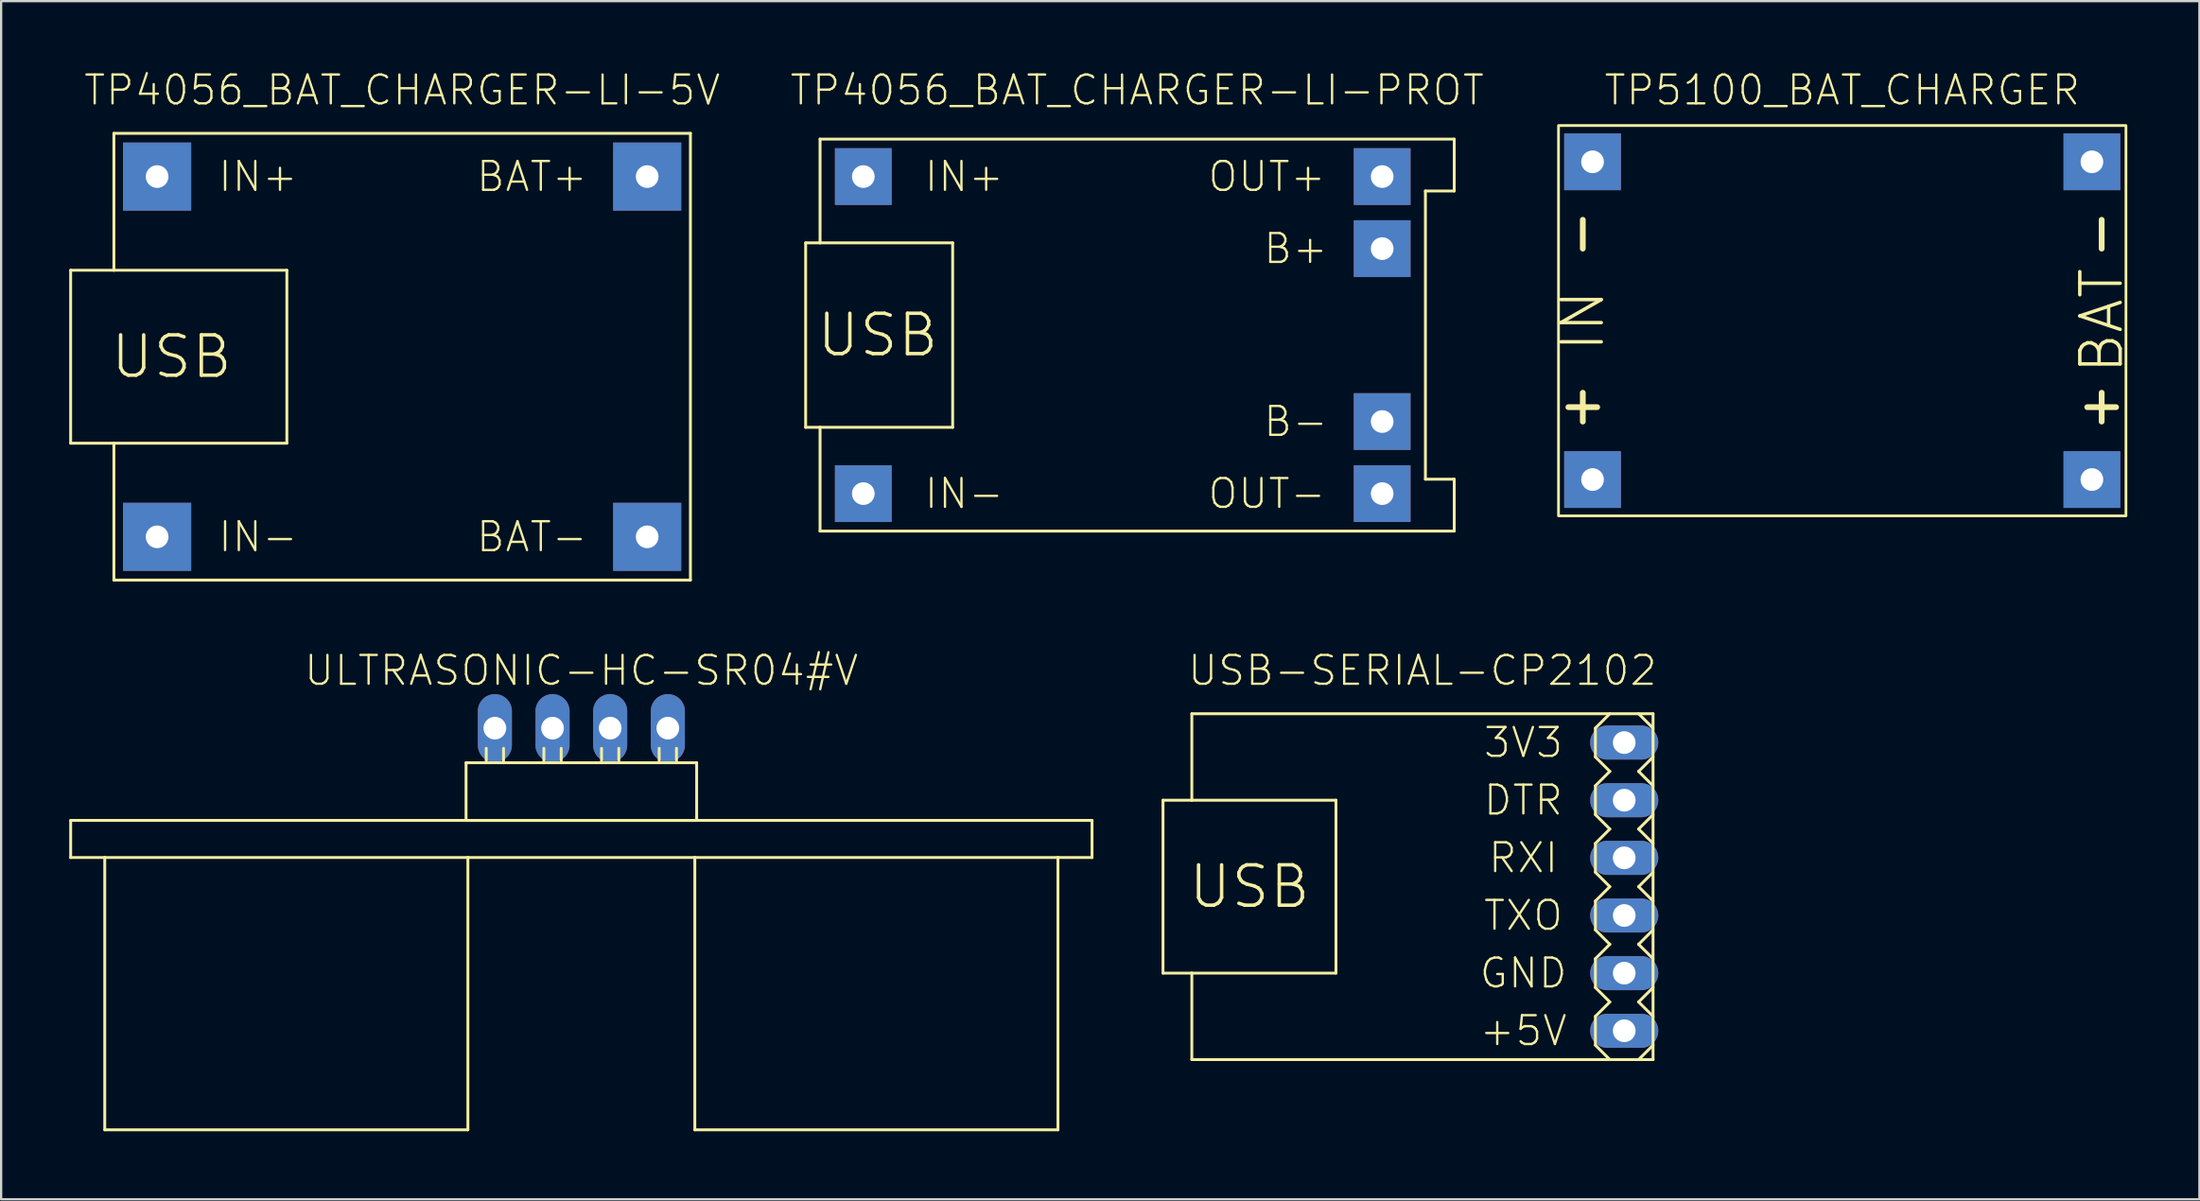
<source format=kicad_pcb>
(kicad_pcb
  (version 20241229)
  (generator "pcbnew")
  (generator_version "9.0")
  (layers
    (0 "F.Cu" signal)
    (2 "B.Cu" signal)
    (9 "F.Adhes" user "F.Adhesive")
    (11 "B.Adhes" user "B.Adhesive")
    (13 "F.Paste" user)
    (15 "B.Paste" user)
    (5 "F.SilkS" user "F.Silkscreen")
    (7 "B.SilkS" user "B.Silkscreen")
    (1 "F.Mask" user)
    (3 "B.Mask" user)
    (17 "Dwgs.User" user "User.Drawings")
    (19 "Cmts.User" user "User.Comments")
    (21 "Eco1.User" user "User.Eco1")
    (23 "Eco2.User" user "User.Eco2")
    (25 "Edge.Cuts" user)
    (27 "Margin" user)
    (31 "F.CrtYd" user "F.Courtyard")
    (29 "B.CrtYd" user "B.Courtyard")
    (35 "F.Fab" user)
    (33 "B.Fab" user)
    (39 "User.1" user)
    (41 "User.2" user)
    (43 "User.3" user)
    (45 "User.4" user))
  (footprint "ULTRASONIC-HC-SR04#V"
    (layer "F.Cu")
    (at 22.563 29.036)
    (property "Reference" "ULTRASONIC-HC-SR04#V" (at 0 -2.54 0) (layer "F.SilkS") (effects (font (size 1.27 1.27) (thickness 0.102))))
    (attr exclude_from_pos_files exclude_from_bom)
    (fp_line (start -22.499 4.064) (end 22.499 4.064) (stroke (width 0.127) (type solid)) (layer "F.SilkS"))
    (fp_line (start -22.499 5.7) (end -22.499 4.064) (stroke (width 0.127) (type solid)) (layer "F.SilkS"))
    (fp_line (start -20.998 5.7) (end -22.499 5.7) (stroke (width 0.127) (type solid)) (layer "F.SilkS"))
    (fp_line (start -20.998 5.7) (end -20.998 17.699) (stroke (width 0.127) (type solid)) (layer "F.SilkS"))
    (fp_line (start -20.998 17.699) (end -4.999 17.699) (stroke (width 0.127) (type solid)) (layer "F.SilkS"))
    (fp_line (start -5.08 1.524) (end -4.191 1.524) (stroke (width 0.127) (type solid)) (layer "F.SilkS"))
    (fp_line (start -5.08 4.064) (end -5.08 1.524) (stroke (width 0.127) (type solid)) (layer "F.SilkS"))
    (fp_line (start -5.08 4.064) (end 5.08 4.064) (stroke (width 0.127) (type solid)) (layer "F.SilkS"))
    (fp_line (start -4.999 5.7) (end -20.998 5.7) (stroke (width 0.127) (type solid)) (layer "F.SilkS"))
    (fp_line (start -4.999 17.699) (end -4.999 5.7) (stroke (width 0.127) (type solid)) (layer "F.SilkS"))
    (fp_line (start -4.191 1.524) (end -4.191 0.889) (stroke (width 0.127) (type solid)) (layer "F.SilkS"))
    (fp_line (start -4.191 1.524) (end -3.429 1.524) (stroke (width 0.127) (type solid)) (layer "F.SilkS"))
    (fp_line (start -3.429 1.524) (end -3.429 0.889) (stroke (width 0.127) (type solid)) (layer "F.SilkS"))
    (fp_line (start -3.429 1.524) (end -1.651 1.524) (stroke (width 0.127) (type solid)) (layer "F.SilkS"))
    (fp_line (start -1.651 1.524) (end -1.651 0.889) (stroke (width 0.127) (type solid)) (layer "F.SilkS"))
    (fp_line (start -1.651 1.524) (end -0.889 1.524) (stroke (width 0.127) (type solid)) (layer "F.SilkS"))
    (fp_line (start -0.889 1.524) (end -0.889 0.889) (stroke (width 0.127) (type solid)) (layer "F.SilkS"))
    (fp_line (start -0.889 1.524) (end 0.889 1.524) (stroke (width 0.127) (type solid)) (layer "F.SilkS"))
    (fp_line (start 0.889 1.524) (end 0.889 0.889) (stroke (width 0.127) (type solid)) (layer "F.SilkS"))
    (fp_line (start 0.889 1.524) (end 1.651 1.524) (stroke (width 0.127) (type solid)) (layer "F.SilkS"))
    (fp_line (start 1.651 1.524) (end 1.651 0.889) (stroke (width 0.127) (type solid)) (layer "F.SilkS"))
    (fp_line (start 1.651 1.524) (end 3.429 1.524) (stroke (width 0.127) (type solid)) (layer "F.SilkS"))
    (fp_line (start 3.429 1.524) (end 3.429 0.889) (stroke (width 0.127) (type solid)) (layer "F.SilkS"))
    (fp_line (start 3.429 1.524) (end 4.191 1.524) (stroke (width 0.127) (type solid)) (layer "F.SilkS"))
    (fp_line (start 4.191 1.524) (end 4.191 0.889) (stroke (width 0.127) (type solid)) (layer "F.SilkS"))
    (fp_line (start 4.191 1.524) (end 5.08 1.524) (stroke (width 0.127) (type solid)) (layer "F.SilkS"))
    (fp_line (start 4.999 5.7) (end -4.999 5.7) (stroke (width 0.127) (type solid)) (layer "F.SilkS"))
    (fp_line (start 4.999 5.7) (end 4.999 17.699) (stroke (width 0.127) (type solid)) (layer "F.SilkS"))
    (fp_line (start 4.999 17.699) (end 20.998 17.699) (stroke (width 0.127) (type solid)) (layer "F.SilkS"))
    (fp_line (start 5.08 1.524) (end 5.08 4.064) (stroke (width 0.127) (type solid)) (layer "F.SilkS"))
    (fp_line (start 20.998 5.7) (end 4.999 5.7) (stroke (width 0.127) (type solid)) (layer "F.SilkS"))
    (fp_line (start 20.998 17.699) (end 20.998 5.7) (stroke (width 0.127) (type solid)) (layer "F.SilkS"))
    (fp_line (start 22.499 4.064) (end 22.499 5.7) (stroke (width 0.127) (type solid)) (layer "F.SilkS"))
    (fp_line (start 22.499 5.7) (end 20.998 5.7) (stroke (width 0.127) (type solid)) (layer "F.SilkS"))
    (pad "1" thru_hole oval (at -3.81 0 180) (size 1.5 3) (drill 1) (layers "*.Cu" "*.Paste" "*.Mask"))
    (pad "2" thru_hole oval (at -1.27 0 180) (size 1.5 3) (drill 1) (layers "*.Cu" "*.Paste" "*.Mask"))
    (pad "3" thru_hole oval (at 1.27 0 180) (size 1.5 3) (drill 1) (layers "*.Cu" "*.Paste" "*.Mask"))
    (pad "4" thru_hole oval (at 3.81 0 180) (size 1.5 3) (drill 1) (layers "*.Cu" "*.Paste" "*.Mask")))
  (footprint "USB-SERIAL-CP2102"
    (layer "F.Cu")
    (at 59.619 36.021)
    (property "Reference" "USB-SERIAL-CP2102" (at 0 -9.525 0) (layer "F.SilkS") (effects (font (size 1.27 1.27) (thickness 0.102))))
    (attr exclude_from_pos_files exclude_from_bom)
    (fp_line (start -11.43 -3.81) (end -11.43 3.81) (stroke (width 0.127) (type solid)) (layer "F.SilkS"))
    (fp_line (start -11.43 3.81) (end -10.16 3.81) (stroke (width 0.127) (type solid)) (layer "F.SilkS"))
    (fp_line (start -10.16 -7.62) (end -10.16 -3.81) (stroke (width 0.127) (type solid)) (layer "F.SilkS"))
    (fp_line (start -10.16 -7.62) (end 10.16 -7.62) (stroke (width 0.127) (type solid)) (layer "F.SilkS"))
    (fp_line (start -10.16 -3.81) (end -11.43 -3.81) (stroke (width 0.127) (type solid)) (layer "F.SilkS"))
    (fp_line (start -10.16 -3.81) (end -3.81 -3.81) (stroke (width 0.127) (type solid)) (layer "F.SilkS"))
    (fp_line (start -10.16 3.81) (end -10.16 7.62) (stroke (width 0.127) (type solid)) (layer "F.SilkS"))
    (fp_line (start -3.81 -3.81) (end -3.81 3.81) (stroke (width 0.127) (type solid)) (layer "F.SilkS"))
    (fp_line (start -3.81 3.81) (end -10.16 3.81) (stroke (width 0.127) (type solid)) (layer "F.SilkS"))
    (fp_line (start 7.62 -6.985) (end 8.255 -7.62) (stroke (width 0.127) (type solid)) (layer "F.SilkS"))
    (fp_line (start 7.62 -5.715) (end 7.62 -6.985) (stroke (width 0.127) (type solid)) (layer "F.SilkS"))
    (fp_line (start 7.62 -4.445) (end 8.255 -5.08) (stroke (width 0.127) (type solid)) (layer "F.SilkS"))
    (fp_line (start 7.62 -3.175) (end 7.62 -4.445) (stroke (width 0.127) (type solid)) (layer "F.SilkS"))
    (fp_line (start 7.62 -1.905) (end 8.255 -2.54) (stroke (width 0.127) (type solid)) (layer "F.SilkS"))
    (fp_line (start 7.62 -0.635) (end 7.62 -1.905) (stroke (width 0.127) (type solid)) (layer "F.SilkS"))
    (fp_line (start 7.62 0.635) (end 8.255 0) (stroke (width 0.127) (type solid)) (layer "F.SilkS"))
    (fp_line (start 7.62 1.905) (end 7.62 0.635) (stroke (width 0.127) (type solid)) (layer "F.SilkS"))
    (fp_line (start 7.62 3.175) (end 7.62 4.445) (stroke (width 0.127) (type solid)) (layer "F.SilkS"))
    (fp_line (start 7.62 4.445) (end 8.255 5.08) (stroke (width 0.127) (type solid)) (layer "F.SilkS"))
    (fp_line (start 7.62 5.715) (end 7.62 6.985) (stroke (width 0.127) (type solid)) (layer "F.SilkS"))
    (fp_line (start 7.62 6.985) (end 8.255 7.62) (stroke (width 0.127) (type solid)) (layer "F.SilkS"))
    (fp_line (start 8.255 -5.08) (end 7.62 -5.715) (stroke (width 0.127) (type solid)) (layer "F.SilkS"))
    (fp_line (start 8.255 -2.54) (end 7.62 -3.175) (stroke (width 0.127) (type solid)) (layer "F.SilkS"))
    (fp_line (start 8.255 0) (end 7.62 -0.635) (stroke (width 0.127) (type solid)) (layer "F.SilkS"))
    (fp_line (start 8.255 2.54) (end 7.62 1.905) (stroke (width 0.127) (type solid)) (layer "F.SilkS"))
    (fp_line (start 8.255 2.54) (end 7.62 3.175) (stroke (width 0.127) (type solid)) (layer "F.SilkS"))
    (fp_line (start 8.255 5.08) (end 7.62 5.715) (stroke (width 0.127) (type solid)) (layer "F.SilkS"))
    (fp_line (start 9.525 -7.62) (end 10.16 -6.985) (stroke (width 0.127) (type solid)) (layer "F.SilkS"))
    (fp_line (start 9.525 -5.08) (end 10.16 -4.445) (stroke (width 0.127) (type solid)) (layer "F.SilkS"))
    (fp_line (start 9.525 -2.54) (end 10.16 -1.905) (stroke (width 0.127) (type solid)) (layer "F.SilkS"))
    (fp_line (start 9.525 0) (end 10.16 0.635) (stroke (width 0.127) (type solid)) (layer "F.SilkS"))
    (fp_line (start 9.525 5.08) (end 10.16 4.445) (stroke (width 0.127) (type solid)) (layer "F.SilkS"))
    (fp_line (start 9.525 7.62) (end 10.16 6.985) (stroke (width 0.127) (type solid)) (layer "F.SilkS"))
    (fp_line (start 10.16 -7.62) (end 10.16 7.62) (stroke (width 0.127) (type solid)) (layer "F.SilkS"))
    (fp_line (start 10.16 -5.715) (end 9.525 -5.08) (stroke (width 0.127) (type solid)) (layer "F.SilkS"))
    (fp_line (start 10.16 -3.175) (end 9.525 -2.54) (stroke (width 0.127) (type solid)) (layer "F.SilkS"))
    (fp_line (start 10.16 -0.635) (end 9.525 0) (stroke (width 0.127) (type solid)) (layer "F.SilkS"))
    (fp_line (start 10.16 1.905) (end 9.525 2.54) (stroke (width 0.127) (type solid)) (layer "F.SilkS"))
    (fp_line (start 10.16 3.175) (end 9.525 2.54) (stroke (width 0.127) (type solid)) (layer "F.SilkS"))
    (fp_line (start 10.16 5.715) (end 9.525 5.08) (stroke (width 0.127) (type solid)) (layer "F.SilkS"))
    (fp_line (start 10.16 7.62) (end -10.16 7.62) (stroke (width 0.127) (type solid)) (layer "F.SilkS"))
    (fp_text user "USB" (at -7.62 0 0) (layer "F.SilkS") (effects (font (size 1.778 1.778) (thickness 0.152))))
    (fp_text user "GND" (at 4.445 3.81 0) (layer "F.SilkS") (effects (font (size 1.27 1.27) (thickness 0.102))))
    (fp_text user "DTR" (at 4.445 -3.81 0) (layer "F.SilkS") (effects (font (size 1.27 1.27) (thickness 0.102))))
    (fp_text user "RXI" (at 4.445 -1.27 0) (layer "F.SilkS") (effects (font (size 1.27 1.27) (thickness 0.102))))
    (fp_text user "TXO" (at 4.445 1.27 0) (layer "F.SilkS") (effects (font (size 1.27 1.27) (thickness 0.102))))
    (fp_text user "+5V" (at 4.445 6.35 0) (layer "F.SilkS") (effects (font (size 1.27 1.27) (thickness 0.102))))
    (fp_text user "3V3" (at 4.445 -6.35 0) (layer "F.SilkS") (effects (font (size 1.27 1.27) (thickness 0.102))))
    (pad "1" thru_hole oval (at 8.89 -6.35) (size 3 1.5) (drill 1) (layers "*.Cu" "*.Mask"))
    (pad "2" thru_hole oval (at 8.89 -3.81) (size 3 1.5) (drill 1) (layers "*.Cu" "*.Mask"))
    (pad "3" thru_hole oval (at 8.89 -1.27) (size 3 1.5) (drill 1) (layers "*.Cu" "*.Mask"))
    (pad "4" thru_hole oval (at 8.89 1.27) (size 3 1.5) (drill 1) (layers "*.Cu" "*.Mask"))
    (pad "5" thru_hole oval (at 8.89 3.81) (size 3 1.5) (drill 1) (layers "*.Cu" "*.Mask"))
    (pad "6" thru_hole oval (at 8.89 6.35) (size 3 1.5) (drill 1) (layers "*.Cu" "*.Mask")))
  (footprint "TP5100_BAT_CHARGER"
    (layer "F.Cu")
    (at 78.114 11.081)
    (property "Reference" "TP5100_BAT_CHARGER" (at 0 -10.16 0) (layer "F.SilkS") (effects (font (size 1.27 1.27) (thickness 0.102))))
    (attr through_hole)
    (fp_line (start -12.065 3.81) (end -10.795 3.81) (stroke (width 0.254) (type solid)) (layer "F.SilkS"))
    (fp_line (start -11.43 -4.445) (end -11.43 -3.175) (stroke (width 0.254) (type solid)) (layer "F.SilkS"))
    (fp_line (start -11.43 4.445) (end -11.43 3.175) (stroke (width 0.254) (type solid)) (layer "F.SilkS"))
    (fp_line (start 10.795 3.81) (end 12.065 3.81) (stroke (width 0.254) (type solid)) (layer "F.SilkS"))
    (fp_line (start 11.43 -4.445) (end 11.43 -3.175) (stroke (width 0.254) (type solid)) (layer "F.SilkS"))
    (fp_line (start 11.43 4.445) (end 11.43 3.175) (stroke (width 0.254) (type solid)) (layer "F.SilkS"))
    (fp_rect (start -12.5 -8.6) (end 12.5 8.6) (stroke (width 0.12) (type solid)) (fill no) (layer "F.SilkS"))
    (fp_text user "BAT" (at 11.43 0 90) (layer "F.SilkS") (effects (font (size 1.778 1.778) (thickness 0.152))))
    (fp_text user "IN" (at -11.43 0 90) (layer "F.SilkS") (effects (font (size 1.778 1.778) (thickness 0.152))))
    (pad "B+" thru_hole rect (at 11 7) (size 2.5 2.5) (drill 1) (layers "*.Cu" "*.Mask"))
    (pad "B-" thru_hole rect (at 11 -7) (size 2.5 2.5) (drill 1) (layers "*.Cu" "*.Mask"))
    (pad "IN+" thru_hole rect (at -11 7) (size 2.5 2.5) (drill 1) (layers "*.Cu" "*.Mask"))
    (pad "IN-" thru_hole rect (at -11 -7) (size 2.5 2.5) (drill 1) (layers "*.Cu" "*.Mask")))
  (footprint "TP4056_BAT_CHARGER-LI-PROT"
    (layer "F.Cu")
    (at 47.05 11.716)
    (property "Reference" "TP4056_BAT_CHARGER-LI-PROT" (at 0 -10.795 0) (layer "F.SilkS") (effects (font (size 1.27 1.27) (thickness 0.102))))
    (attr exclude_from_pos_files exclude_from_bom)
    (fp_line (start -14.605 -4.064) (end -14.605 4.064) (stroke (width 0.127) (type solid)) (layer "F.SilkS"))
    (fp_line (start -14.605 -4.064) (end -13.97 -4.064) (stroke (width 0.127) (type solid)) (layer "F.SilkS"))
    (fp_line (start -14.605 4.064) (end -13.97 4.064) (stroke (width 0.127) (type solid)) (layer "F.SilkS"))
    (fp_line (start -13.97 -8.636) (end -13.97 -4.064) (stroke (width 0.127) (type solid)) (layer "F.SilkS"))
    (fp_line (start -13.97 -8.636) (end 13.97 -8.636) (stroke (width 0.127) (type solid)) (layer "F.SilkS"))
    (fp_line (start -13.97 -4.064) (end -8.128 -4.064) (stroke (width 0.127) (type solid)) (layer "F.SilkS"))
    (fp_line (start -13.97 4.064) (end -8.128 4.064) (stroke (width 0.127) (type solid)) (layer "F.SilkS"))
    (fp_line (start -13.97 8.636) (end -13.97 4.064) (stroke (width 0.127) (type solid)) (layer "F.SilkS"))
    (fp_line (start -8.128 -4.064) (end -8.128 4.064) (stroke (width 0.127) (type solid)) (layer "F.SilkS"))
    (fp_line (start 12.7 -6.35) (end 12.7 6.35) (stroke (width 0.127) (type solid)) (layer "F.SilkS"))
    (fp_line (start 12.7 6.35) (end 13.97 6.35) (stroke (width 0.127) (type solid)) (layer "F.SilkS"))
    (fp_line (start 13.97 -8.636) (end 13.97 -6.35) (stroke (width 0.127) (type solid)) (layer "F.SilkS"))
    (fp_line (start 13.97 -6.35) (end 12.7 -6.35) (stroke (width 0.127) (type solid)) (layer "F.SilkS"))
    (fp_line (start 13.97 6.35) (end 13.97 8.636) (stroke (width 0.127) (type solid)) (layer "F.SilkS"))
    (fp_line (start 13.97 8.636) (end -13.97 8.636) (stroke (width 0.127) (type solid)) (layer "F.SilkS"))
    (fp_text user "IN+" (at -7.62 -6.985 0) (layer "F.SilkS") (effects (font (size 1.27 1.27) (thickness 0.102))))
    (fp_text user "B+" (at 6.985 -3.81 0) (layer "F.SilkS") (effects (font (size 1.27 1.27) (thickness 0.102))))
    (fp_text user "OUT+" (at 5.715 -6.985 0) (layer "F.SilkS") (effects (font (size 1.27 1.27) (thickness 0.102))))
    (fp_text user "B-" (at 6.985 3.81 0) (layer "F.SilkS") (effects (font (size 1.27 1.27) (thickness 0.102))))
    (fp_text user "IN-" (at -7.62 6.985 0) (layer "F.SilkS") (effects (font (size 1.27 1.27) (thickness 0.102))))
    (fp_text user "OUT-" (at 5.715 6.985 0) (layer "F.SilkS") (effects (font (size 1.27 1.27) (thickness 0.102))))
    (fp_text user "USB" (at -11.43 0 0) (layer "F.SilkS") (effects (font (size 1.778 1.778) (thickness 0.152))))
    (pad "B+" thru_hole rect (at 10.795 -3.81) (size 2.5 2.5) (drill 1) (layers "*.Cu" "*.Paste" "*.Mask"))
    (pad "B-" thru_hole rect (at 10.795 3.81) (size 2.5 2.5) (drill 1) (layers "*.Cu" "*.Paste" "*.Mask"))
    (pad "IN+" thru_hole rect (at -12.065 -6.985) (size 2.5 2.5) (drill 1) (layers "*.Cu" "*.Paste" "*.Mask"))
    (pad "IN-" thru_hole rect (at -12.065 6.985) (size 2.5 2.5) (drill 1) (layers "*.Cu" "*.Paste" "*.Mask"))
    (pad "OUT+" thru_hole rect (at 10.795 -6.985) (size 2.5 2.5) (drill 1) (layers "*.Cu" "*.Paste" "*.Mask"))
    (pad "OUT-" thru_hole rect (at 10.795 6.985) (size 2.5 2.5) (drill 1) (layers "*.Cu" "*.Paste" "*.Mask")))
  (footprint "TP4056_BAT_CHARGER-LI-5V"
    (layer "F.Cu")
    (at 14.668 12.986)
    (property "Reference" "TP4056_BAT_CHARGER-LI-5V" (at 0 -12.065 0) (layer "F.SilkS") (effects (font (size 1.27 1.27) (thickness 0.102))))
    (attr exclude_from_pos_files exclude_from_bom)
    (fp_line (start -14.605 -4.128) (end -14.605 3.493) (stroke (width 0.127) (type solid)) (layer "F.SilkS"))
    (fp_line (start -14.605 -4.128) (end -12.7 -4.128) (stroke (width 0.127) (type solid)) (layer "F.SilkS"))
    (fp_line (start -14.605 3.493) (end -12.7 3.493) (stroke (width 0.127) (type solid)) (layer "F.SilkS"))
    (fp_line (start -12.7 -10.16) (end -12.7 -4.128) (stroke (width 0.127) (type solid)) (layer "F.SilkS"))
    (fp_line (start -12.7 -10.16) (end 12.7 -10.16) (stroke (width 0.127) (type solid)) (layer "F.SilkS"))
    (fp_line (start -12.7 -4.128) (end -5.08 -4.128) (stroke (width 0.127) (type solid)) (layer "F.SilkS"))
    (fp_line (start -12.7 3.493) (end -5.08 3.493) (stroke (width 0.127) (type solid)) (layer "F.SilkS"))
    (fp_line (start -12.7 9.525) (end -12.7 3.493) (stroke (width 0.127) (type solid)) (layer "F.SilkS"))
    (fp_line (start -5.08 -4.128) (end -5.08 3.493) (stroke (width 0.127) (type solid)) (layer "F.SilkS"))
    (fp_line (start 12.7 -10.16) (end 12.7 9.525) (stroke (width 0.127) (type solid)) (layer "F.SilkS"))
    (fp_line (start 12.7 9.525) (end -12.7 9.525) (stroke (width 0.127) (type solid)) (layer "F.SilkS"))
    (fp_text user "USB" (at -10.16 -0.318 0) (layer "F.SilkS") (effects (font (size 1.778 1.778) (thickness 0.152))))
    (fp_text user "IN+" (at -6.35 -8.255 0) (layer "F.SilkS") (effects (font (size 1.27 1.27) (thickness 0.102))))
    (fp_text user "IN-" (at -6.35 7.62 0) (layer "F.SilkS") (effects (font (size 1.27 1.27) (thickness 0.102))))
    (fp_text user "BAT+" (at 5.715 -8.255 0) (layer "F.SilkS") (effects (font (size 1.27 1.27) (thickness 0.102))))
    (fp_text user "BAT-" (at 5.715 7.62 0) (layer "F.SilkS") (effects (font (size 1.27 1.27) (thickness 0.102))))
    (pad "BAT+" thru_hole rect (at 10.795 -8.255) (size 3 3) (drill 1) (layers "*.Cu" "*.Paste" "*.Mask"))
    (pad "BAT-" thru_hole rect (at 10.795 7.62) (size 3 3) (drill 1) (layers "*.Cu" "*.Paste" "*.Mask"))
    (pad "IN+" thru_hole rect (at -10.795 -8.255) (size 3 3) (drill 1) (layers "*.Cu" "*.Paste" "*.Mask"))
    (pad "IN-" thru_hole rect (at -10.795 7.62) (size 3 3) (drill 1) (layers "*.Cu" "*.Paste" "*.Mask")))
  (gr_rect
    (start -3 -3)
    (end 93.851 49.798)
    (stroke (width 0.1) (type default))
    (fill no)
    (layer "Edge.Cuts")))
</source>
